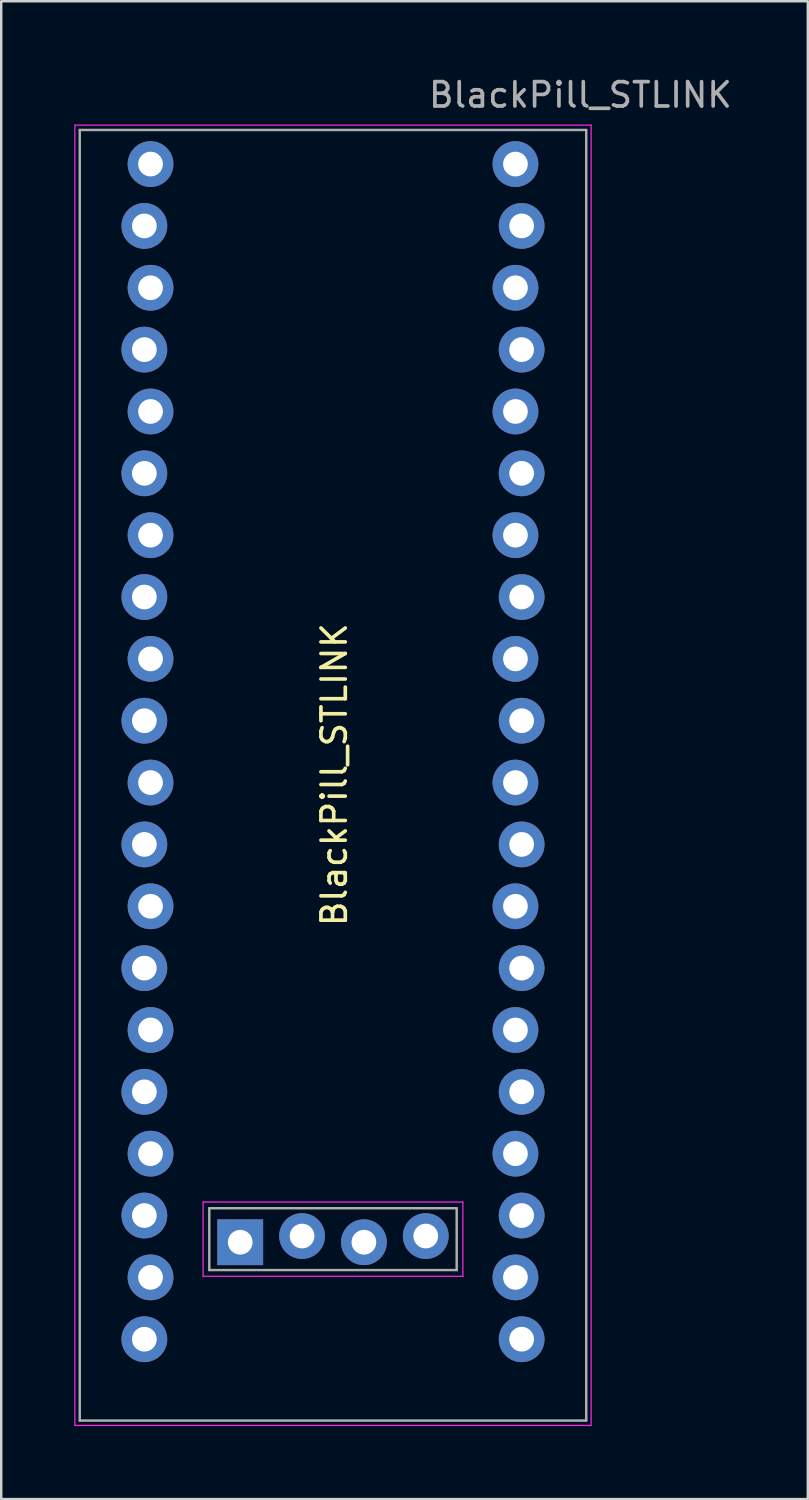
<source format=kicad_pcb>
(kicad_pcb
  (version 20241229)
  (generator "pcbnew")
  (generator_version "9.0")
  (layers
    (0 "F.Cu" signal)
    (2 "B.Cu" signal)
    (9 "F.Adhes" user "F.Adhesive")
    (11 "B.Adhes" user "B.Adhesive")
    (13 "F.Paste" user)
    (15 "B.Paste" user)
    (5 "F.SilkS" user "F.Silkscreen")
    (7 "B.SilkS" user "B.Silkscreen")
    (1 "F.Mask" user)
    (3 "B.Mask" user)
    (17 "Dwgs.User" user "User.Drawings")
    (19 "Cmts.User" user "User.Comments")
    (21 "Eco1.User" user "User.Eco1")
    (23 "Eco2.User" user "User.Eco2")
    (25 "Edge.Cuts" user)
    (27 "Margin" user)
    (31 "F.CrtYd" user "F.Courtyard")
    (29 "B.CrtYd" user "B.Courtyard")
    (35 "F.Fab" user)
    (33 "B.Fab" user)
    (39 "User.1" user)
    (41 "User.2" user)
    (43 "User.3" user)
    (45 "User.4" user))
  (footprint "BlackPill_STLINK"
    (layer "F.Cu")
    (at 10.625 28.788)
    (property "Reference" "BlackPill_STLINK" (at 0.05 -0.025 90) (layer "F.SilkS") (effects (font (size 1 1) (thickness 0.15))))
    (attr through_hole)
    (fp_line (start -10.6 -26.7) (end -10.6 26.7) (stroke (width 0.05) (type solid)) (layer "F.CrtYd"))
    (fp_line (start -10.6 26.7) (end 10.6 26.7) (stroke (width 0.05) (type solid)) (layer "F.CrtYd"))
    (fp_line (start -5.334 17.526) (end -5.334 20.574) (stroke (width 0.05) (type solid)) (layer "F.CrtYd"))
    (fp_line (start -5.334 20.574) (end 5.334 20.574) (stroke (width 0.05) (type solid)) (layer "F.CrtYd"))
    (fp_line (start 5.334 17.526) (end -5.334 17.526) (stroke (width 0.05) (type solid)) (layer "F.CrtYd"))
    (fp_line (start 5.334 20.574) (end 5.334 17.526) (stroke (width 0.05) (type solid)) (layer "F.CrtYd"))
    (fp_line (start 10.6 -26.7) (end -10.6 -26.7) (stroke (width 0.05) (type solid)) (layer "F.CrtYd"))
    (fp_line (start 10.6 26.7) (end 10.6 -26.7) (stroke (width 0.05) (type solid)) (layer "F.CrtYd"))
    (fp_line (start -10.4 -26.5) (end -10.4 26.5) (stroke (width 0.1) (type solid)) (layer "F.Fab"))
    (fp_line (start -10.4 26.5) (end 10.4 26.5) (stroke (width 0.1) (type solid)) (layer "F.Fab"))
    (fp_line (start -5.08 17.78) (end 5.08 17.78) (stroke (width 0.1) (type solid)) (layer "F.Fab"))
    (fp_line (start -5.08 20.32) (end -5.08 17.78) (stroke (width 0.1) (type solid)) (layer "F.Fab"))
    (fp_line (start 5.08 17.78) (end 5.08 20.32) (stroke (width 0.1) (type solid)) (layer "F.Fab"))
    (fp_line (start 5.08 20.32) (end -5.08 20.32) (stroke (width 0.1) (type solid)) (layer "F.Fab"))
    (fp_line (start 10.4 -26.5) (end -10.4 -26.5) (stroke (width 0.1) (type solid)) (layer "F.Fab"))
    (fp_line (start 10.4 26.5) (end 10.4 -26.5) (stroke (width 0.1) (type solid)) (layer "F.Fab"))
    (fp_text user "${REFERENCE}" (at 10.16 -27.94 180) (layer "F.Fab") (effects (font (size 1 1) (thickness 0.15))))
    (pad "1" thru_hole circle (at -7.493 -25.1 270) (size 1.88 1.88) (drill 1.016) (layers "*.Cu" "*.Mask"))
    (pad "2" thru_hole circle (at -7.747 -22.56 270) (size 1.88 1.88) (drill 1.016) (layers "*.Cu" "*.Mask"))
    (pad "3" thru_hole circle (at -7.493 -20.02 270) (size 1.88 1.88) (drill 1.016) (layers "*.Cu" "*.Mask"))
    (pad "4" thru_hole circle (at -7.747 -17.48 270) (size 1.88 1.88) (drill 1.016) (layers "*.Cu" "*.Mask"))
    (pad "5" thru_hole circle (at -7.493 -14.94 270) (size 1.88 1.88) (drill 1.016) (layers "*.Cu" "*.Mask"))
    (pad "6" thru_hole circle (at -7.747 -12.4 270) (size 1.88 1.88) (drill 1.016) (layers "*.Cu" "*.Mask"))
    (pad "7" thru_hole circle (at -7.493 -9.86 270) (size 1.88 1.88) (drill 1.016) (layers "*.Cu" "*.Mask"))
    (pad "8" thru_hole circle (at -7.747 -7.32 270) (size 1.88 1.88) (drill 1.016) (layers "*.Cu" "*.Mask"))
    (pad "9" thru_hole circle (at -7.493 -4.78 270) (size 1.88 1.88) (drill 1.016) (layers "*.Cu" "*.Mask"))
    (pad "10" thru_hole circle (at -7.747 -2.24 270) (size 1.88 1.88) (drill 1.016) (layers "*.Cu" "*.Mask"))
    (pad "11" thru_hole circle (at -7.493 0.3 270) (size 1.88 1.88) (drill 1.016) (layers "*.Cu" "*.Mask"))
    (pad "12" thru_hole circle (at -7.747 2.84 270) (size 1.88 1.88) (drill 1.016) (layers "*.Cu" "*.Mask"))
    (pad "13" thru_hole circle (at -7.493 5.38 270) (size 1.88 1.88) (drill 1.016) (layers "*.Cu" "*.Mask"))
    (pad "14" thru_hole circle (at -7.747 7.92 270) (size 1.88 1.88) (drill 1.016) (layers "*.Cu" "*.Mask"))
    (pad "15" thru_hole circle (at -7.493 10.46 270) (size 1.88 1.88) (drill 1.016) (layers "*.Cu" "*.Mask"))
    (pad "16" thru_hole circle (at -7.747 13 270) (size 1.88 1.88) (drill 1.016) (layers "*.Cu" "*.Mask"))
    (pad "17" thru_hole circle (at -7.493 15.54 270) (size 1.88 1.88) (drill 1.016) (layers "*.Cu" "*.Mask"))
    (pad "18" thru_hole circle (at -7.747 18.08 270) (size 1.88 1.88) (drill 1.016) (layers "*.Cu" "*.Mask"))
    (pad "19" thru_hole circle (at -7.493 20.62 270) (size 1.88 1.88) (drill 1.016) (layers "*.Cu" "*.Mask"))
    (pad "20" thru_hole circle (at -7.747 23.16 270) (size 1.88 1.88) (drill 1.016) (layers "*.Cu" "*.Mask"))
    (pad "21" thru_hole circle (at 7.747 23.16 90) (size 1.88 1.88) (drill 1.016) (layers "*.Cu" "*.Mask"))
    (pad "22" thru_hole circle (at 7.493 20.62 90) (size 1.88 1.88) (drill 1.016) (layers "*.Cu" "*.Mask"))
    (pad "23" thru_hole circle (at 7.747 18.08 90) (size 1.88 1.88) (drill 1.016) (layers "*.Cu" "*.Mask"))
    (pad "24" thru_hole circle (at 7.493 15.54 90) (size 1.88 1.88) (drill 1.016) (layers "*.Cu" "*.Mask"))
    (pad "25" thru_hole circle (at 7.747 13 90) (size 1.88 1.88) (drill 1.016) (layers "*.Cu" "*.Mask"))
    (pad "26" thru_hole circle (at 7.493 10.46 90) (size 1.88 1.88) (drill 1.016) (layers "*.Cu" "*.Mask"))
    (pad "27" thru_hole circle (at 7.747 7.92 90) (size 1.88 1.88) (drill 1.016) (layers "*.Cu" "*.Mask"))
    (pad "28" thru_hole circle (at 7.493 5.38 90) (size 1.88 1.88) (drill 1.016) (layers "*.Cu" "*.Mask"))
    (pad "29" thru_hole circle (at 7.747 2.84 90) (size 1.88 1.88) (drill 1.016) (layers "*.Cu" "*.Mask"))
    (pad "30" thru_hole circle (at 7.493 0.3 90) (size 1.88 1.88) (drill 1.016) (layers "*.Cu" "*.Mask"))
    (pad "31" thru_hole circle (at 7.747 -2.24 90) (size 1.88 1.88) (drill 1.016) (layers "*.Cu" "*.Mask"))
    (pad "32" thru_hole circle (at 7.493 -4.78 90) (size 1.88 1.88) (drill 1.016) (layers "*.Cu" "*.Mask"))
    (pad "33" thru_hole circle (at 7.747 -7.32 90) (size 1.88 1.88) (drill 1.016) (layers "*.Cu" "*.Mask"))
    (pad "34" thru_hole circle (at 7.493 -9.86 90) (size 1.88 1.88) (drill 1.016) (layers "*.Cu" "*.Mask"))
    (pad "35" thru_hole circle (at 7.747 -12.4 90) (size 1.88 1.88) (drill 1.016) (layers "*.Cu" "*.Mask"))
    (pad "36" thru_hole circle (at 7.493 -14.94 90) (size 1.88 1.88) (drill 1.016) (layers "*.Cu" "*.Mask"))
    (pad "37" thru_hole circle (at 7.747 -17.48 90) (size 1.88 1.88) (drill 1.016) (layers "*.Cu" "*.Mask"))
    (pad "38" thru_hole circle (at 7.493 -20.02 90) (size 1.88 1.88) (drill 1.016) (layers "*.Cu" "*.Mask"))
    (pad "39" thru_hole circle (at 7.747 -22.56 90) (size 1.88 1.88) (drill 1.016) (layers "*.Cu" "*.Mask"))
    (pad "40" thru_hole circle (at 7.493 -25.1 90) (size 1.88 1.88) (drill 1.016) (layers "*.Cu" "*.Mask"))
    (pad "41" thru_hole rect (at -3.81 19.177 90) (size 1.88 1.88) (drill 1.016) (layers "*.Cu" "*.Mask"))
    (pad "42" thru_hole circle (at -1.27 18.923 90) (size 1.88 1.88) (drill 1.016) (layers "*.Cu" "*.Mask"))
    (pad "43" thru_hole circle (at 1.27 19.177 90) (size 1.88 1.88) (drill 1.016) (layers "*.Cu" "*.Mask"))
    (pad "44" thru_hole circle (at 3.81 18.923 90) (size 1.88 1.88) (drill 1.016) (layers "*.Cu" "*.Mask")))
  (gr_rect
    (start -3 -3)
    (end 30.124 58.513)
    (stroke (width 0.1) (type default))
    (fill no)
    (layer "Edge.Cuts")))
</source>
